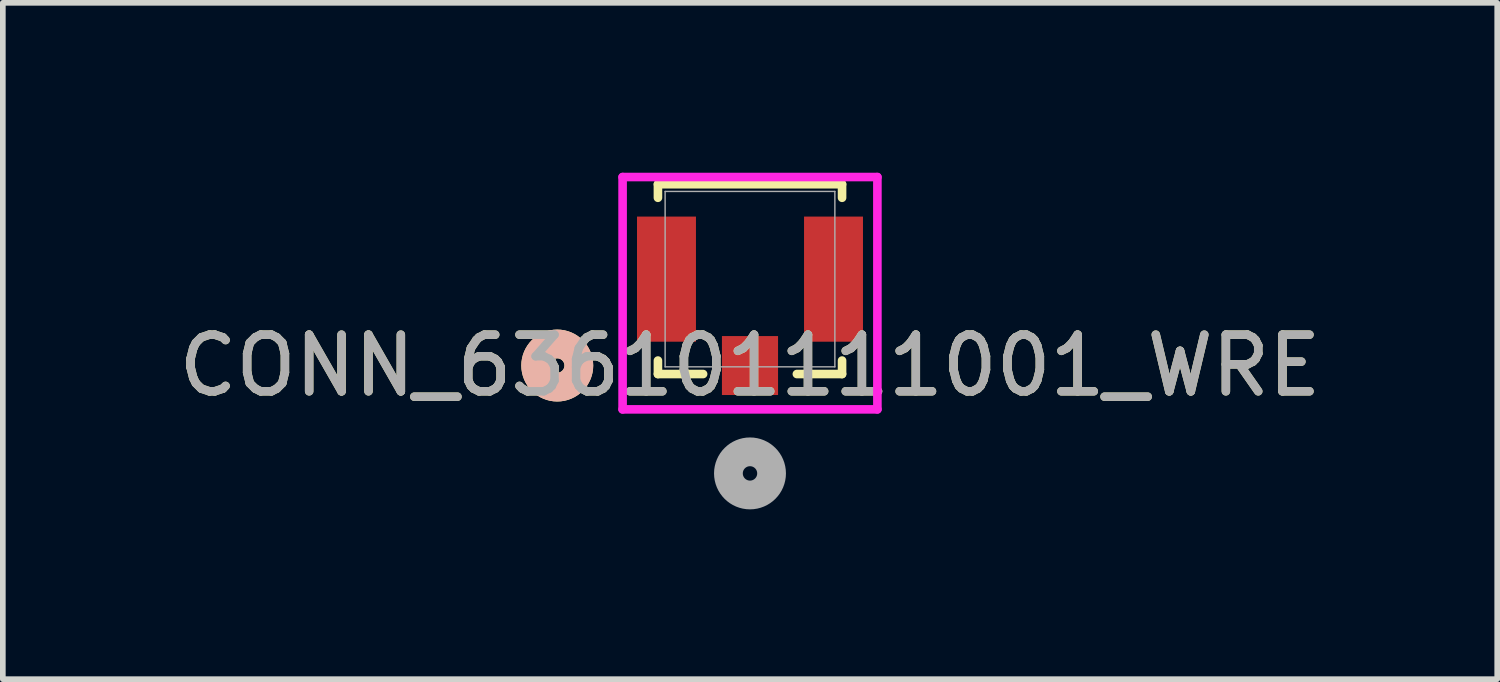
<source format=kicad_pcb>
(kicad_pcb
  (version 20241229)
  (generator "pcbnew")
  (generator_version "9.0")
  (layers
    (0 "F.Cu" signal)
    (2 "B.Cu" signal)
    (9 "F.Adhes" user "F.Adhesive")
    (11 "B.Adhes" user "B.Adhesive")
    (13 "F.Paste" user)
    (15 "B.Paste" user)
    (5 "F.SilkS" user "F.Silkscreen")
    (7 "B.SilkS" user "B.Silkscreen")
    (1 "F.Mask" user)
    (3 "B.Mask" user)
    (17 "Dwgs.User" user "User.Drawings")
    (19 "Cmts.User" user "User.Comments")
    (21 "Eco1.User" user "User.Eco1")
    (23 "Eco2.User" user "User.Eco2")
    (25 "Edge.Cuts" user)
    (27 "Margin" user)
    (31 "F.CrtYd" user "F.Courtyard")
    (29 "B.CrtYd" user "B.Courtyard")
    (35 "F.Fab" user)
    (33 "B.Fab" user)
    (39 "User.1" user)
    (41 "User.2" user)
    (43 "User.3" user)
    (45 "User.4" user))
  (footprint "CONN_636101111001_WRE"
    (layer "F.Cu")
    (at 10.196 1.88)
    (property "Reference" "CONN_636101111001_WRE" (at 0 1.526 0) (unlocked yes) (layer "F.SilkS") (effects (font (size 1 1) (thickness 0.15))))
    (attr smd)
    (fp_line (start -1.626 -1.676) (end -1.626 -1.437) (stroke (width 0.152) (type solid)) (layer "F.SilkS"))
    (fp_line (start -1.626 1.438) (end -1.626 1.676) (stroke (width 0.152) (type solid)) (layer "F.SilkS"))
    (fp_line (start -1.626 1.676) (end -0.828 1.676) (stroke (width 0.152) (type solid)) (layer "F.SilkS"))
    (fp_line (start 0.828 1.676) (end 1.626 1.676) (stroke (width 0.152) (type solid)) (layer "F.SilkS"))
    (fp_line (start 1.626 -1.676) (end -1.626 -1.676) (stroke (width 0.152) (type solid)) (layer "F.SilkS"))
    (fp_line (start 1.626 -1.437) (end 1.626 -1.676) (stroke (width 0.152) (type solid)) (layer "F.SilkS"))
    (fp_line (start 1.626 1.676) (end 1.626 1.438) (stroke (width 0.152) (type solid)) (layer "F.SilkS"))
    (fp_circle (center -3.404 1.526) (end -3.023 1.526) (stroke (width 0.508) (type solid)) (fill no) (layer "F.SilkS"))
    (fp_circle (center -3.404 1.526) (end -3.023 1.526) (stroke (width 0.508) (type solid)) (fill no) (layer "B.SilkS"))
    (fp_line (start -2.25 -1.803) (end -2.25 2.3) (stroke (width 0.152) (type solid)) (layer "F.CrtYd"))
    (fp_line (start -2.25 2.3) (end 2.25 2.3) (stroke (width 0.152) (type solid)) (layer "F.CrtYd"))
    (fp_line (start 2.25 -1.803) (end -2.25 -1.803) (stroke (width 0.152) (type solid)) (layer "F.CrtYd"))
    (fp_line (start 2.25 2.3) (end 2.25 -1.803) (stroke (width 0.152) (type solid)) (layer "F.CrtYd"))
    (fp_line (start -1.499 -1.549) (end -1.499 1.549) (stroke (width 0.025) (type solid)) (layer "F.Fab"))
    (fp_line (start -1.499 1.549) (end 1.499 1.549) (stroke (width 0.025) (type solid)) (layer "F.Fab"))
    (fp_line (start 1.499 -1.549) (end -1.499 -1.549) (stroke (width 0.025) (type solid)) (layer "F.Fab"))
    (fp_line (start 1.499 1.549) (end 1.499 -1.549) (stroke (width 0.025) (type solid)) (layer "F.Fab"))
    (fp_circle (center 0 3.431) (end 0.381 3.431) (stroke (width 0.508) (type solid)) (fill no) (layer "F.Fab"))
    (fp_text user "${REFERENCE}" (at 0 1.526 0) (unlocked yes) (layer "F.Fab") (effects (font (size 1 1) (thickness 0.15))))
    (pad "1" smd rect (at 0 1.526) (size 0.991 1.041) (layers "F.Cu" "F.Mask" "F.Paste"))
    (pad "2" smd rect (at -1.475 0) (size 1.041 2.21) (layers "F.Cu" "F.Mask" "F.Paste"))
    (pad "3" smd rect (at 1.475 0) (size 1.041 2.21) (layers "F.Cu" "F.Mask" "F.Paste")))
  (gr_rect
    (start -3 -3)
    (end 23.393 8.945)
    (stroke (width 0.1) (type default))
    (fill no)
    (layer "Edge.Cuts")))
</source>
